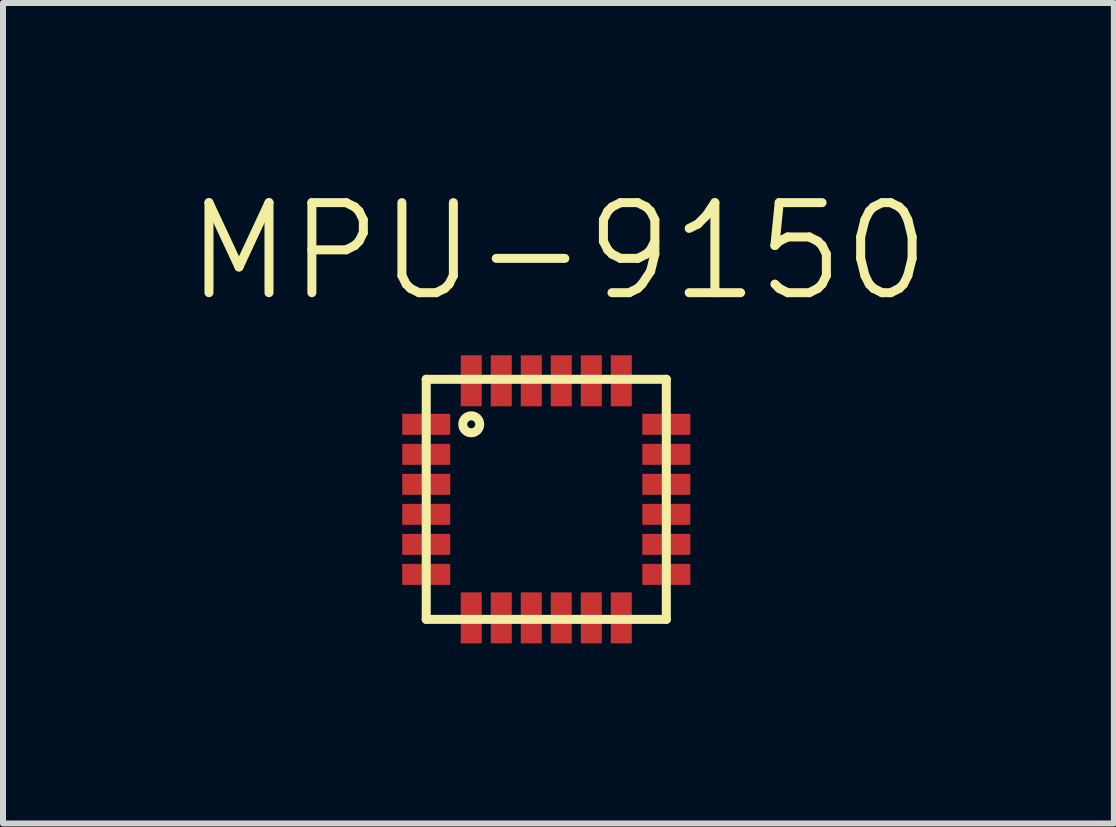
<source format=kicad_pcb>
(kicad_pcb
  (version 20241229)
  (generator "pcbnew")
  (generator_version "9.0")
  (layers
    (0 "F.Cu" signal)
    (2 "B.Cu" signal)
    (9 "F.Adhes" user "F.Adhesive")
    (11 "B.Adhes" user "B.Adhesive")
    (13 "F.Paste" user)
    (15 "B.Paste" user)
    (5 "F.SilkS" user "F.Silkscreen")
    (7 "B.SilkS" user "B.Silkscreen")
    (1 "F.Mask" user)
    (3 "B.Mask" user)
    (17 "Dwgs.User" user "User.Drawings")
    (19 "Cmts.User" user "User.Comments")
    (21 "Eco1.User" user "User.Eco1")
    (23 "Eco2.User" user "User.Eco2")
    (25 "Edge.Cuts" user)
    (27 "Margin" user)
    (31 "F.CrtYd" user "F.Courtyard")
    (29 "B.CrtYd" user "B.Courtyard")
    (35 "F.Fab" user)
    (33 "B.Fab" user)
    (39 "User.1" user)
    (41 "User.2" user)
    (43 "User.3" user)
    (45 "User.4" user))
  (footprint "MPU-9150"
    (layer "F.Cu")
    (at 4.051 3.269)
    (property "Reference" "MPU-9150" (at 2.202 -2.129 0) (layer "F.SilkS") (effects (font (size 1.5 1.5) (thickness 0.15))))
    (attr through_hole)
    (fp_line (start 0 0) (end 0 4) (stroke (width 0.15) (type solid)) (layer "F.SilkS"))
    (fp_line (start 0 4) (end 4 4) (stroke (width 0.15) (type solid)) (layer "F.SilkS"))
    (fp_line (start 4 0) (end 0 0) (stroke (width 0.15) (type solid)) (layer "F.SilkS"))
    (fp_line (start 4 4) (end 4 0) (stroke (width 0.15) (type solid)) (layer "F.SilkS"))
    (fp_circle (center 0.75 0.75) (end 0.85 0.85) (stroke (width 0.15) (type solid)) (fill no) (layer "F.SilkS"))
    (pad "1" smd rect (at 0 0.75) (size 0.8 0.35) (layers "F.Cu" "F.Mask" "F.Paste"))
    (pad "2" smd rect (at 0 1.25) (size 0.8 0.35) (layers "F.Cu" "F.Mask" "F.Paste"))
    (pad "3" smd rect (at 0 1.75) (size 0.8 0.35) (layers "F.Cu" "F.Mask" "F.Paste"))
    (pad "4" smd rect (at 0 2.25) (size 0.8 0.35) (layers "F.Cu" "F.Mask" "F.Paste"))
    (pad "5" smd rect (at 0 2.75) (size 0.8 0.35) (layers "F.Cu" "F.Mask" "F.Paste"))
    (pad "6" smd rect (at 0 3.25) (size 0.8 0.35) (layers "F.Cu" "F.Mask" "F.Paste"))
    (pad "7" smd rect (at 0.75 3.975) (size 0.35 0.85) (layers "F.Cu" "F.Mask" "F.Paste"))
    (pad "8" smd rect (at 1.25 3.975) (size 0.35 0.85) (layers "F.Cu" "F.Mask" "F.Paste"))
    (pad "9" smd rect (at 1.75 3.975) (size 0.35 0.85) (layers "F.Cu" "F.Mask" "F.Paste"))
    (pad "10" smd rect (at 2.25 3.975) (size 0.35 0.85) (layers "F.Cu" "F.Mask" "F.Paste"))
    (pad "11" smd rect (at 2.75 3.975) (size 0.35 0.85) (layers "F.Cu" "F.Mask" "F.Paste"))
    (pad "12" smd rect (at 3.25 3.975) (size 0.35 0.85) (layers "F.Cu" "F.Mask" "F.Paste"))
    (pad "13" smd rect (at 4 3.25) (size 0.8 0.35) (layers "F.Cu" "F.Mask" "F.Paste"))
    (pad "14" smd rect (at 4 2.75) (size 0.8 0.35) (layers "F.Cu" "F.Mask" "F.Paste"))
    (pad "15" smd rect (at 4 2.25) (size 0.8 0.35) (layers "F.Cu" "F.Mask" "F.Paste"))
    (pad "16" smd rect (at 4 1.75) (size 0.8 0.35) (layers "F.Cu" "F.Mask" "F.Paste"))
    (pad "17" smd rect (at 4 1.25) (size 0.8 0.35) (layers "F.Cu" "F.Mask" "F.Paste"))
    (pad "18" smd rect (at 4 0.75) (size 0.8 0.35) (layers "F.Cu" "F.Mask" "F.Paste"))
    (pad "19" smd rect (at 3.25 0.025) (size 0.35 0.85) (layers "F.Cu" "F.Mask" "F.Paste"))
    (pad "20" smd rect (at 2.75 0.025) (size 0.35 0.85) (layers "F.Cu" "F.Mask" "F.Paste"))
    (pad "21" smd rect (at 2.25 0.025) (size 0.35 0.85) (layers "F.Cu" "F.Mask" "F.Paste"))
    (pad "22" smd rect (at 1.75 0.025) (size 0.35 0.85) (layers "F.Cu" "F.Mask" "F.Paste"))
    (pad "23" smd rect (at 1.25 0.025) (size 0.35 0.85) (layers "F.Cu" "F.Mask" "F.Paste"))
    (pad "24" smd rect (at 0.75 0.025) (size 0.35 0.85) (layers "F.Cu" "F.Mask" "F.Paste")))
  (gr_rect
    (start -3 -3)
    (end 15.507 10.669)
    (stroke (width 0.1) (type default))
    (fill no)
    (layer "Edge.Cuts")))
</source>
